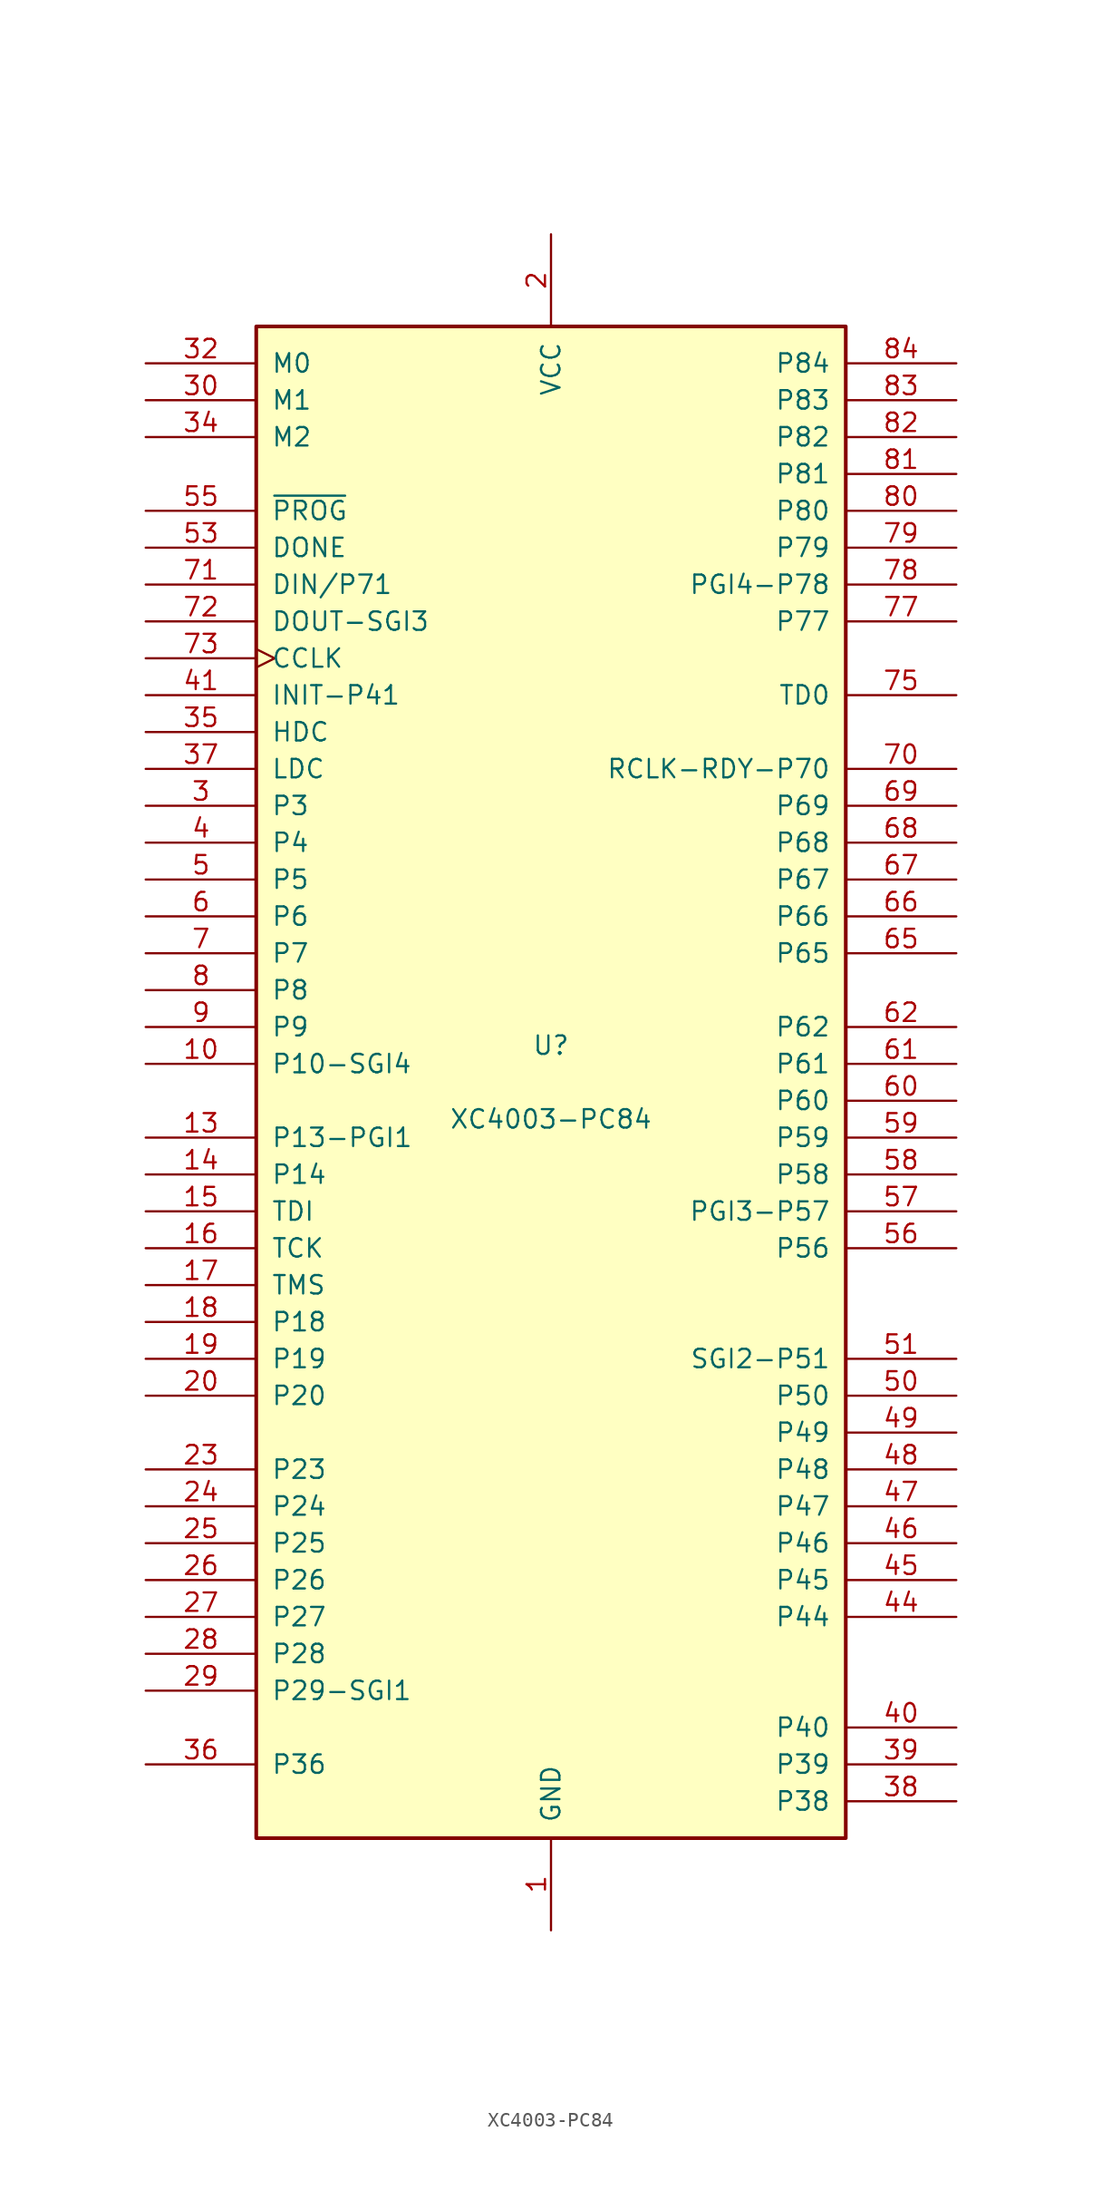
<source format=kicad_sym>
(kicad_symbol_lib
  (version 20220914)
  (generator kicad_symbol_editor)
  (symbol "XC4003-PC84"
    (pin_names
      (offset 1.016))
    (property "Reference" "U"
      (at 0 2.54 0)
      (effects (font (size 1.27 1.27))))
    (property "Value" "XC4003-PC84"
      (at 0 -2.54 0)
      (effects (font (size 1.27 1.27))))
    (symbol "XC4003-PC84_0_1"
      (rectangle (start -20.32 -52.07) (end 20.32 52.07) (stroke (width 0.254) (type default)) (fill (type background))))
    (symbol "XC4003-PC84_1_1"
      (pin power_in line (at 0 -58.42 90) (length 6.35) (name "GND" (effects (font (size 1.27 1.27)))) (number "1" (effects (font (size 1.27 1.27)))))
      (pin passive line (at -27.94 1.27 0) (length 7.62) (name "P10-SGI4" (effects (font (size 1.27 1.27)))) (number "10" (effects (font (size 1.27 1.27)))))
      (pin passive line (at 0 58.42 270) (length 6.35) hide (name "VCC" (effects (font (size 1.27 1.27)))) (number "11" (effects (font (size 1.27 1.27)))))
      (pin passive line (at 0 -58.42 90) (length 6.35) hide (name "GND" (effects (font (size 1.27 1.27)))) (number "12" (effects (font (size 1.27 1.27)))))
      (pin passive line (at -27.94 -3.81 0) (length 7.62) (name "P13-PGI1" (effects (font (size 1.27 1.27)))) (number "13" (effects (font (size 1.27 1.27)))))
      (pin passive line (at -27.94 -6.35 0) (length 7.62) (name "P14" (effects (font (size 1.27 1.27)))) (number "14" (effects (font (size 1.27 1.27)))))
      (pin passive line (at -27.94 -8.89 0) (length 7.62) (name "TDI" (effects (font (size 1.27 1.27)))) (number "15" (effects (font (size 1.27 1.27)))))
      (pin passive line (at -27.94 -11.43 0) (length 7.62) (name "TCK" (effects (font (size 1.27 1.27)))) (number "16" (effects (font (size 1.27 1.27)))))
      (pin passive line (at -27.94 -13.97 0) (length 7.62) (name "TMS" (effects (font (size 1.27 1.27)))) (number "17" (effects (font (size 1.27 1.27)))))
      (pin passive line (at -27.94 -16.51 0) (length 7.62) (name "P18" (effects (font (size 1.27 1.27)))) (number "18" (effects (font (size 1.27 1.27)))))
      (pin passive line (at -27.94 -19.05 0) (length 7.62) (name "P19" (effects (font (size 1.27 1.27)))) (number "19" (effects (font (size 1.27 1.27)))))
      (pin power_in line (at 0 58.42 270) (length 6.35) (name "VCC" (effects (font (size 1.27 1.27)))) (number "2" (effects (font (size 1.27 1.27)))))
      (pin passive line (at -27.94 -21.59 0) (length 7.62) (name "P20" (effects (font (size 1.27 1.27)))) (number "20" (effects (font (size 1.27 1.27)))))
      (pin passive line (at 0 -58.42 90) (length 6.35) hide (name "GND" (effects (font (size 1.27 1.27)))) (number "21" (effects (font (size 1.27 1.27)))))
      (pin passive line (at -27.94 -26.67 0) (length 7.62) (name "P23" (effects (font (size 1.27 1.27)))) (number "23" (effects (font (size 1.27 1.27)))))
      (pin passive line (at -27.94 -29.21 0) (length 7.62) (name "P24" (effects (font (size 1.27 1.27)))) (number "24" (effects (font (size 1.27 1.27)))))
      (pin passive line (at -27.94 -31.75 0) (length 7.62) (name "P25" (effects (font (size 1.27 1.27)))) (number "25" (effects (font (size 1.27 1.27)))))
      (pin passive line (at -27.94 -34.29 0) (length 7.62) (name "P26" (effects (font (size 1.27 1.27)))) (number "26" (effects (font (size 1.27 1.27)))))
      (pin passive line (at -27.94 -36.83 0) (length 7.62) (name "P27" (effects (font (size 1.27 1.27)))) (number "27" (effects (font (size 1.27 1.27)))))
      (pin passive line (at -27.94 -39.37 0) (length 7.62) (name "P28" (effects (font (size 1.27 1.27)))) (number "28" (effects (font (size 1.27 1.27)))))
      (pin passive line (at -27.94 -41.91 0) (length 7.62) (name "P29-SGI1" (effects (font (size 1.27 1.27)))) (number "29" (effects (font (size 1.27 1.27)))))
      (pin passive line (at -27.94 19.05 0) (length 7.62) (name "P3" (effects (font (size 1.27 1.27)))) (number "3" (effects (font (size 1.27 1.27)))))
      (pin input line (at -27.94 46.99 0) (length 7.62) (name "M1" (effects (font (size 1.27 1.27)))) (number "30" (effects (font (size 1.27 1.27)))))
      (pin passive line (at 0 -58.42 90) (length 6.35) hide (name "GND" (effects (font (size 1.27 1.27)))) (number "31" (effects (font (size 1.27 1.27)))))
      (pin input line (at -27.94 49.53 0) (length 7.62) (name "M0" (effects (font (size 1.27 1.27)))) (number "32" (effects (font (size 1.27 1.27)))))
      (pin passive line (at 0 58.42 270) (length 6.35) hide (name "VCC" (effects (font (size 1.27 1.27)))) (number "33" (effects (font (size 1.27 1.27)))))
      (pin input line (at -27.94 44.45 0) (length 7.62) (name "M2" (effects (font (size 1.27 1.27)))) (number "34" (effects (font (size 1.27 1.27)))))
      (pin passive line (at -27.94 24.13 0) (length 7.62) (name "HDC" (effects (font (size 1.27 1.27)))) (number "35" (effects (font (size 1.27 1.27)))))
      (pin bidirectional line (at -27.94 -46.99 0) (length 7.62) (name "P36" (effects (font (size 1.27 1.27)))) (number "36" (effects (font (size 1.27 1.27)))))
      (pin passive line (at -27.94 21.59 0) (length 7.62) (name "LDC" (effects (font (size 1.27 1.27)))) (number "37" (effects (font (size 1.27 1.27)))))
      (pin passive line (at 27.94 -49.53 180) (length 7.62) (name "P38" (effects (font (size 1.27 1.27)))) (number "38" (effects (font (size 1.27 1.27)))))
      (pin passive line (at 27.94 -46.99 180) (length 7.62) (name "P39" (effects (font (size 1.27 1.27)))) (number "39" (effects (font (size 1.27 1.27)))))
      (pin passive line (at -27.94 16.51 0) (length 7.62) (name "P4" (effects (font (size 1.27 1.27)))) (number "4" (effects (font (size 1.27 1.27)))))
      (pin passive line (at 27.94 -44.45 180) (length 7.62) (name "P40" (effects (font (size 1.27 1.27)))) (number "40" (effects (font (size 1.27 1.27)))))
      (pin bidirectional line (at -27.94 26.67 0) (length 7.62) (name "INIT-P41" (effects (font (size 1.27 1.27)))) (number "41" (effects (font (size 1.27 1.27)))))
      (pin passive line (at 0 58.42 270) (length 6.35) hide (name "VCC" (effects (font (size 1.27 1.27)))) (number "42" (effects (font (size 1.27 1.27)))))
      (pin passive line (at 0 -58.42 90) (length 6.35) hide (name "GND" (effects (font (size 1.27 1.27)))) (number "43" (effects (font (size 1.27 1.27)))))
      (pin passive line (at 27.94 -36.83 180) (length 7.62) (name "P44" (effects (font (size 1.27 1.27)))) (number "44" (effects (font (size 1.27 1.27)))))
      (pin passive line (at 27.94 -34.29 180) (length 7.62) (name "P45" (effects (font (size 1.27 1.27)))) (number "45" (effects (font (size 1.27 1.27)))))
      (pin passive line (at 27.94 -31.75 180) (length 7.62) (name "P46" (effects (font (size 1.27 1.27)))) (number "46" (effects (font (size 1.27 1.27)))))
      (pin passive line (at 27.94 -29.21 180) (length 7.62) (name "P47" (effects (font (size 1.27 1.27)))) (number "47" (effects (font (size 1.27 1.27)))))
      (pin passive line (at 27.94 -26.67 180) (length 7.62) (name "P48" (effects (font (size 1.27 1.27)))) (number "48" (effects (font (size 1.27 1.27)))))
      (pin passive line (at 27.94 -24.13 180) (length 7.62) (name "P49" (effects (font (size 1.27 1.27)))) (number "49" (effects (font (size 1.27 1.27)))))
      (pin passive line (at -27.94 13.97 0) (length 7.62) (name "P5" (effects (font (size 1.27 1.27)))) (number "5" (effects (font (size 1.27 1.27)))))
      (pin passive line (at 27.94 -21.59 180) (length 7.62) (name "P50" (effects (font (size 1.27 1.27)))) (number "50" (effects (font (size 1.27 1.27)))))
      (pin passive line (at 27.94 -19.05 180) (length 7.62) (name "SGI2-P51" (effects (font (size 1.27 1.27)))) (number "51" (effects (font (size 1.27 1.27)))))
      (pin passive line (at 0 -58.42 90) (length 6.35) hide (name "GND" (effects (font (size 1.27 1.27)))) (number "52" (effects (font (size 1.27 1.27)))))
      (pin bidirectional line (at -27.94 36.83 0) (length 7.62) (name "DONE" (effects (font (size 1.27 1.27)))) (number "53" (effects (font (size 1.27 1.27)))))
      (pin passive line (at 0 58.42 270) (length 6.35) hide (name "VCC" (effects (font (size 1.27 1.27)))) (number "54" (effects (font (size 1.27 1.27)))))
      (pin input line (at -27.94 39.37 0) (length 7.62) (name "~{PROG}" (effects (font (size 1.27 1.27)))) (number "55" (effects (font (size 1.27 1.27)))))
      (pin passive line (at 27.94 -11.43 180) (length 7.62) (name "P56" (effects (font (size 1.27 1.27)))) (number "56" (effects (font (size 1.27 1.27)))))
      (pin passive line (at 27.94 -8.89 180) (length 7.62) (name "PGI3-P57" (effects (font (size 1.27 1.27)))) (number "57" (effects (font (size 1.27 1.27)))))
      (pin passive line (at 27.94 -6.35 180) (length 7.62) (name "P58" (effects (font (size 1.27 1.27)))) (number "58" (effects (font (size 1.27 1.27)))))
      (pin passive line (at 27.94 -3.81 180) (length 7.62) (name "P59" (effects (font (size 1.27 1.27)))) (number "59" (effects (font (size 1.27 1.27)))))
      (pin passive line (at -27.94 11.43 0) (length 7.62) (name "P6" (effects (font (size 1.27 1.27)))) (number "6" (effects (font (size 1.27 1.27)))))
      (pin passive line (at 27.94 -1.27 180) (length 7.62) (name "P60" (effects (font (size 1.27 1.27)))) (number "60" (effects (font (size 1.27 1.27)))))
      (pin passive line (at 27.94 1.27 180) (length 7.62) (name "P61" (effects (font (size 1.27 1.27)))) (number "61" (effects (font (size 1.27 1.27)))))
      (pin passive line (at 27.94 3.81 180) (length 7.62) (name "P62" (effects (font (size 1.27 1.27)))) (number "62" (effects (font (size 1.27 1.27)))))
      (pin passive line (at 0 -58.42 90) (length 6.35) hide (name "GND" (effects (font (size 1.27 1.27)))) (number "64" (effects (font (size 1.27 1.27)))))
      (pin passive line (at 27.94 8.89 180) (length 7.62) (name "P65" (effects (font (size 1.27 1.27)))) (number "65" (effects (font (size 1.27 1.27)))))
      (pin passive line (at 27.94 11.43 180) (length 7.62) (name "P66" (effects (font (size 1.27 1.27)))) (number "66" (effects (font (size 1.27 1.27)))))
      (pin passive line (at 27.94 13.97 180) (length 7.62) (name "P67" (effects (font (size 1.27 1.27)))) (number "67" (effects (font (size 1.27 1.27)))))
      (pin passive line (at 27.94 16.51 180) (length 7.62) (name "P68" (effects (font (size 1.27 1.27)))) (number "68" (effects (font (size 1.27 1.27)))))
      (pin passive line (at 27.94 19.05 180) (length 7.62) (name "P69" (effects (font (size 1.27 1.27)))) (number "69" (effects (font (size 1.27 1.27)))))
      (pin passive line (at -27.94 8.89 0) (length 7.62) (name "P7" (effects (font (size 1.27 1.27)))) (number "7" (effects (font (size 1.27 1.27)))))
      (pin passive line (at 27.94 21.59 180) (length 7.62) (name "RCLK-RDY-P70" (effects (font (size 1.27 1.27)))) (number "70" (effects (font (size 1.27 1.27)))))
      (pin input line (at -27.94 34.29 0) (length 7.62) (name "DIN/P71" (effects (font (size 1.27 1.27)))) (number "71" (effects (font (size 1.27 1.27)))))
      (pin passive line (at -27.94 31.75 0) (length 7.62) (name "DOUT-SGI3" (effects (font (size 1.27 1.27)))) (number "72" (effects (font (size 1.27 1.27)))))
      (pin passive clock (at -27.94 29.21 0) (length 7.62) (name "CCLK" (effects (font (size 1.27 1.27)))) (number "73" (effects (font (size 1.27 1.27)))))
      (pin passive line (at 0 58.42 270) (length 6.35) hide (name "VCC" (effects (font (size 1.27 1.27)))) (number "74" (effects (font (size 1.27 1.27)))))
      (pin passive line (at 27.94 26.67 180) (length 7.62) (name "TD0" (effects (font (size 1.27 1.27)))) (number "75" (effects (font (size 1.27 1.27)))))
      (pin passive line (at 0 -58.42 90) (length 6.35) hide (name "GND" (effects (font (size 1.27 1.27)))) (number "76" (effects (font (size 1.27 1.27)))))
      (pin passive line (at 27.94 31.75 180) (length 7.62) (name "P77" (effects (font (size 1.27 1.27)))) (number "77" (effects (font (size 1.27 1.27)))))
      (pin passive line (at 27.94 34.29 180) (length 7.62) (name "PGI4-P78" (effects (font (size 1.27 1.27)))) (number "78" (effects (font (size 1.27 1.27)))))
      (pin passive line (at 27.94 36.83 180) (length 7.62) (name "P79" (effects (font (size 1.27 1.27)))) (number "79" (effects (font (size 1.27 1.27)))))
      (pin passive line (at -27.94 6.35 0) (length 7.62) (name "P8" (effects (font (size 1.27 1.27)))) (number "8" (effects (font (size 1.27 1.27)))))
      (pin passive line (at 27.94 39.37 180) (length 7.62) (name "P80" (effects (font (size 1.27 1.27)))) (number "80" (effects (font (size 1.27 1.27)))))
      (pin passive line (at 27.94 41.91 180) (length 7.62) (name "P81" (effects (font (size 1.27 1.27)))) (number "81" (effects (font (size 1.27 1.27)))))
      (pin passive line (at 27.94 44.45 180) (length 7.62) (name "P82" (effects (font (size 1.27 1.27)))) (number "82" (effects (font (size 1.27 1.27)))))
      (pin passive line (at 27.94 46.99 180) (length 7.62) (name "P83" (effects (font (size 1.27 1.27)))) (number "83" (effects (font (size 1.27 1.27)))))
      (pin passive line (at 27.94 49.53 180) (length 7.62) (name "P84" (effects (font (size 1.27 1.27)))) (number "84" (effects (font (size 1.27 1.27)))))
      (pin passive line (at -27.94 3.81 0) (length 7.62) (name "P9" (effects (font (size 1.27 1.27)))) (number "9" (effects (font (size 1.27 1.27))))))))
</source>
